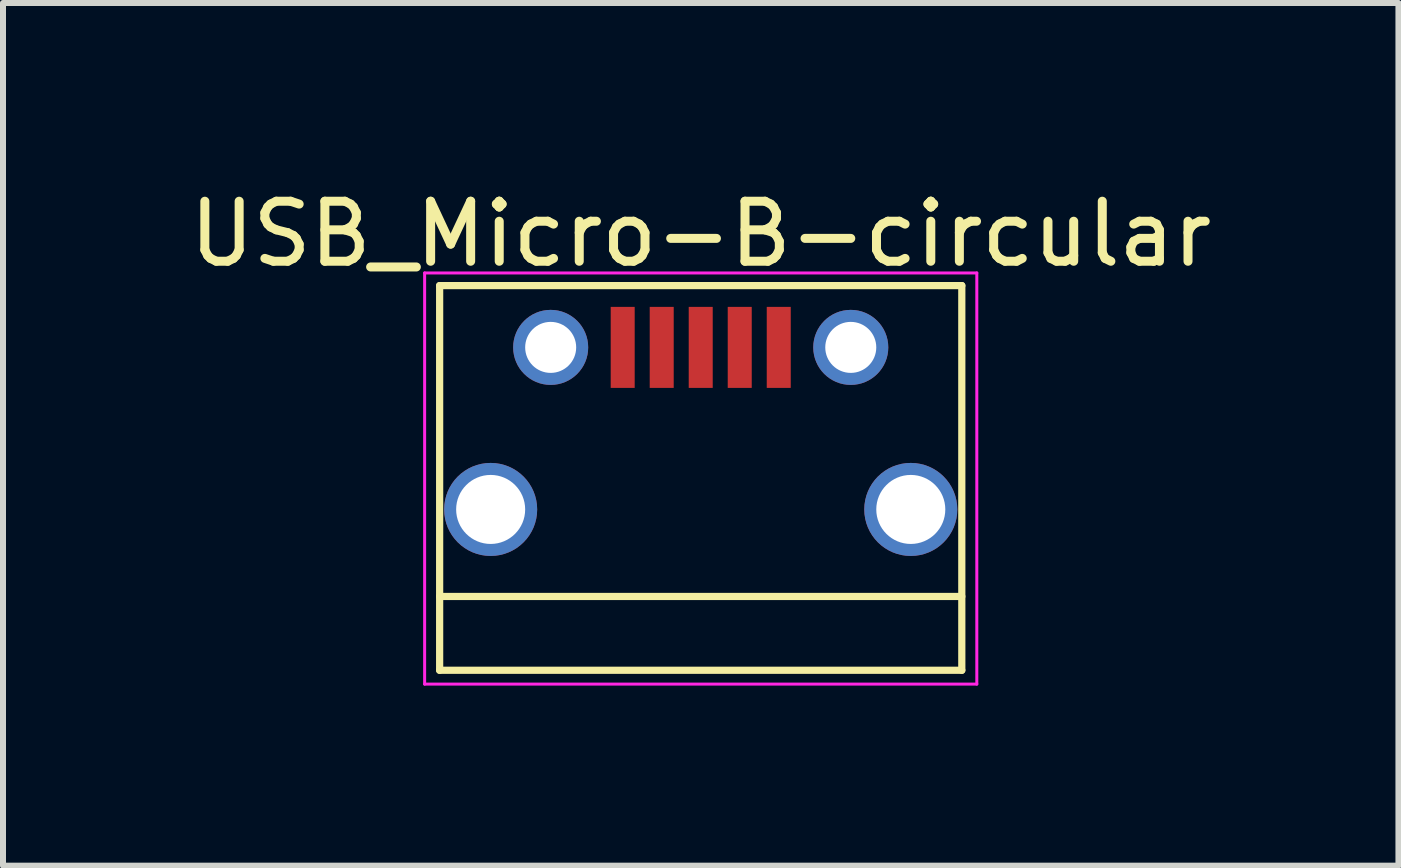
<source format=kicad_pcb>
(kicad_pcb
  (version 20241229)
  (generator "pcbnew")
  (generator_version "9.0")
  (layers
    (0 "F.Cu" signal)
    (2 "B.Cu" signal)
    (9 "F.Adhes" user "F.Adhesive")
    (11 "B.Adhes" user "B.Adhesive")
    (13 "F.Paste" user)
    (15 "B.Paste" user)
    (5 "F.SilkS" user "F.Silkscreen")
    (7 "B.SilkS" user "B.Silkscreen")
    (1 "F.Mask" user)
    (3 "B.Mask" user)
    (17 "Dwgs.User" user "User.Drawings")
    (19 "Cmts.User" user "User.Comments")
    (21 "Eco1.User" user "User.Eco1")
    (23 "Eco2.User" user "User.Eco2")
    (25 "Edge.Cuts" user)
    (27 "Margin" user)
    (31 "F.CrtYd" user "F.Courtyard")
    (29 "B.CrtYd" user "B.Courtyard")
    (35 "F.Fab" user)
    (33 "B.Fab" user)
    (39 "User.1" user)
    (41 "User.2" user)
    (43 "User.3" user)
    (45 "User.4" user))
  (footprint "USB_Micro-B-circular"
    (layer "F.Cu")
    (at 8.625 4.088)
    (property "Reference" "USB_Micro-B-circular" (at 0 -3.24 0) (layer "F.SilkS") (effects (font (size 1 1) (thickness 0.15))))
    (attr smd)
    (fp_line (start -4.35 -2.38) (end 4.35 -2.38) (stroke (width 0.12) (type solid)) (layer "F.SilkS"))
    (fp_line (start -4.35 4.03) (end -4.35 -2.38) (stroke (width 0.12) (type solid)) (layer "F.SilkS"))
    (fp_line (start -4.35 4.03) (end 4.35 4.03) (stroke (width 0.12) (type solid)) (layer "F.SilkS"))
    (fp_line (start 4.35 -2.38) (end 4.35 4.03) (stroke (width 0.12) (type solid)) (layer "F.SilkS"))
    (fp_line (start 4.35 2.8) (end -4.35 2.8) (stroke (width 0.12) (type solid)) (layer "F.SilkS"))
    (fp_line (start -4.6 -2.59) (end 4.6 -2.59) (stroke (width 0.05) (type solid)) (layer "F.CrtYd"))
    (fp_line (start -4.6 4.26) (end -4.6 -2.59) (stroke (width 0.05) (type solid)) (layer "F.CrtYd"))
    (fp_line (start 4.6 -2.59) (end 4.6 4.26) (stroke (width 0.05) (type solid)) (layer "F.CrtYd"))
    (fp_line (start 4.6 4.26) (end -4.6 4.26) (stroke (width 0.05) (type solid)) (layer "F.CrtYd"))
    (pad "1" smd rect (at -1.3 -1.35 90) (size 1.35 0.4) (layers "F.Cu" "F.Mask" "F.Paste"))
    (pad "2" smd rect (at -0.65 -1.35 90) (size 1.35 0.4) (layers "F.Cu" "F.Mask" "F.Paste"))
    (pad "3" smd rect (at 0 -1.35 90) (size 1.35 0.4) (layers "F.Cu" "F.Mask" "F.Paste"))
    (pad "4" smd rect (at 0.65 -1.35 90) (size 1.35 0.4) (layers "F.Cu" "F.Mask" "F.Paste"))
    (pad "5" smd rect (at 1.3 -1.35 90) (size 1.35 0.4) (layers "F.Cu" "F.Mask" "F.Paste"))
    (pad "6" thru_hole circle (at -3.5 1.35 90) (size 1.55 1.55) (drill 1.15) (layers "*.Cu" "*.Mask"))
    (pad "6" thru_hole circle (at -2.5 -1.35 90) (size 1.25 1.25) (drill 0.85) (layers "*.Cu" "*.Mask"))
    (pad "6" thru_hole circle (at 2.5 -1.35 90) (size 1.25 1.25) (drill 0.85) (layers "*.Cu" "*.Mask"))
    (pad "6" thru_hole circle (at 3.5 1.35 90) (size 1.55 1.55) (drill 1.15) (layers "*.Cu" "*.Mask")))
  (gr_rect
    (start -3 -3)
    (end 20.25 11.373)
    (stroke (width 0.1) (type default))
    (fill no)
    (layer "Edge.Cuts")))
</source>
